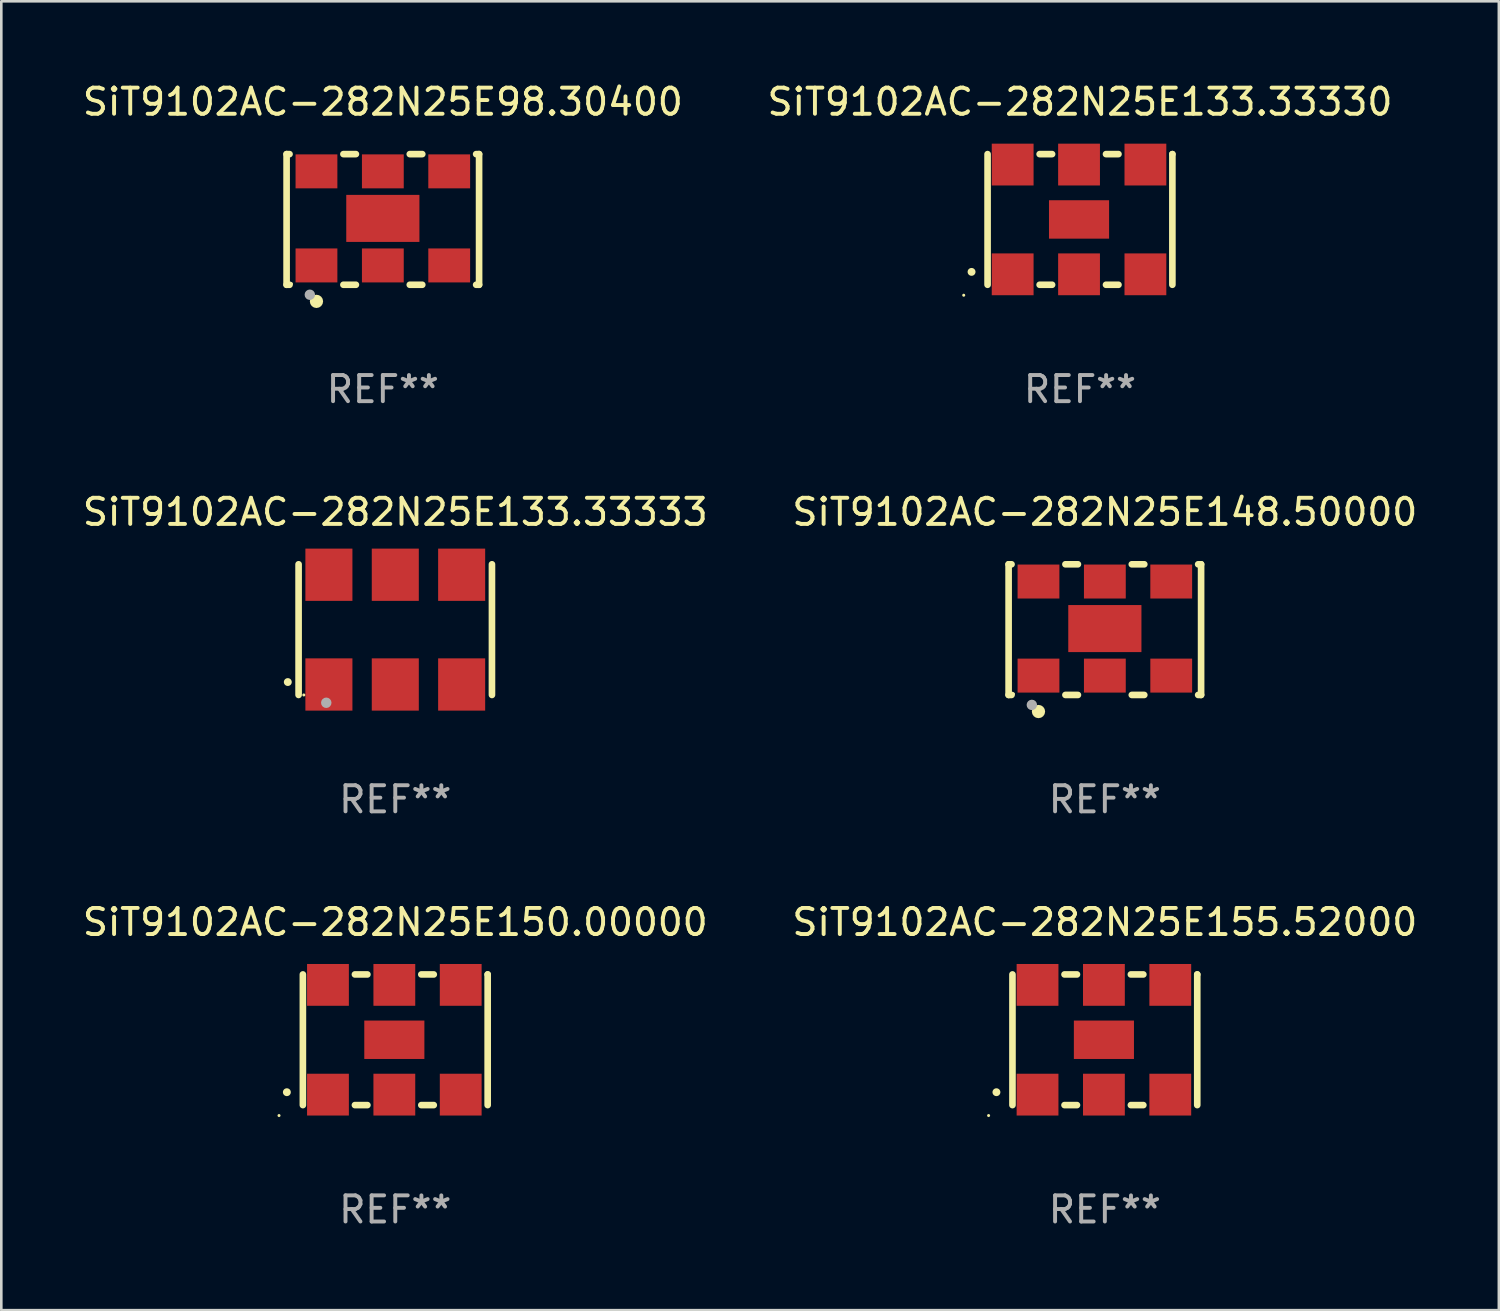
<source format=kicad_pcb>
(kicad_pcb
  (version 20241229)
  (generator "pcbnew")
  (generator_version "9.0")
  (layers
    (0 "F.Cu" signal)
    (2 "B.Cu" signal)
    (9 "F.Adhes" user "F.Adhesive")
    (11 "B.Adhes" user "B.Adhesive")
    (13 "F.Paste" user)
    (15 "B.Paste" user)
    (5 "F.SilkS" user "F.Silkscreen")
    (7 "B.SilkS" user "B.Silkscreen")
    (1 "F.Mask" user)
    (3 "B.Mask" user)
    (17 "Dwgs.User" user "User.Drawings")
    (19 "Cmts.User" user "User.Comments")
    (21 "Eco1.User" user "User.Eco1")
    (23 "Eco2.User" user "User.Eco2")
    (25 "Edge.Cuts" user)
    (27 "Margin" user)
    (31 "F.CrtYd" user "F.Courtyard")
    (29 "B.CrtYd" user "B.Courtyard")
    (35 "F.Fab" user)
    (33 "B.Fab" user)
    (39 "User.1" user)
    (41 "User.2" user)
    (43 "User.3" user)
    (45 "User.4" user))
  (footprint "SiT9102AC-282N25E98.30400"
    (layer "F.Cu")
    (at 11.601 5.348)
    (property "Reference" "SiT9102AC-282N25E98.30400" (at 0 -4.5 0) (layer "F.SilkS") (effects (font (size 1 1) (thickness 0.15))))
    (attr through_hole)
    (fp_line (start -3.683 -2.5) (end -3.571 -2.5) (stroke (width 0.254) (type solid)) (layer "F.SilkS"))
    (fp_line (start -3.683 2.5) (end -3.683 -2.5) (stroke (width 0.254) (type solid)) (layer "F.SilkS"))
    (fp_line (start -3.683 2.5) (end -3.571 2.5) (stroke (width 0.254) (type solid)) (layer "F.SilkS"))
    (fp_line (start -1.509 -2.5) (end -1.031 -2.5) (stroke (width 0.254) (type solid)) (layer "F.SilkS"))
    (fp_line (start -1.509 2.5) (end -1.031 2.5) (stroke (width 0.254) (type solid)) (layer "F.SilkS"))
    (fp_line (start 1.031 -2.5) (end 1.509 -2.5) (stroke (width 0.254) (type solid)) (layer "F.SilkS"))
    (fp_line (start 1.031 2.5) (end 1.509 2.5) (stroke (width 0.254) (type solid)) (layer "F.SilkS"))
    (fp_line (start 3.571 -2.5) (end 3.683 -2.5) (stroke (width 0.254) (type solid)) (layer "F.SilkS"))
    (fp_line (start 3.571 2.5) (end 3.683 2.5) (stroke (width 0.254) (type solid)) (layer "F.SilkS"))
    (fp_line (start 3.683 2.5) (end 3.683 -2.5) (stroke (width 0.254) (type solid)) (layer "F.SilkS"))
    (fp_circle (center -3.5 2.46) (end -3.47 2.46) (stroke (width 0.06) (type solid)) (fill no) (layer "F.SilkS"))
    (fp_circle (center -2.54 3.135) (end -2.413 3.135) (stroke (width 0.254) (type solid)) (fill no) (layer "F.SilkS"))
    (fp_circle (center -2.794 2.881) (end -2.694 2.881) (stroke (width 0.2) (type solid)) (fill no) (layer "F.Fab"))
    (fp_text user "REF**" (at 0 6.5 0) (layer "F.Fab") (effects (font (size 1 1) (thickness 0.15))))
    (pad "1" smd rect (at -2.54 1.76) (size 1.6 1.3) (layers "F.Cu" "F.Mask" "F.Paste"))
    (pad "2" smd rect (at 0 1.76) (size 1.6 1.3) (layers "F.Cu" "F.Mask" "F.Paste"))
    (pad "3" smd rect (at 2.54 1.76) (size 1.6 1.3) (layers "F.Cu" "F.Mask" "F.Paste"))
    (pad "4" smd rect (at 2.54 -1.84) (size 1.6 1.3) (layers "F.Cu" "F.Mask" "F.Paste"))
    (pad "5" smd rect (at 0 -1.84) (size 1.6 1.3) (layers "F.Cu" "F.Mask" "F.Paste"))
    (pad "6" smd rect (at -2.54 -1.84) (size 1.6 1.3) (layers "F.Cu" "F.Mask" "F.Paste"))
    (pad "7" smd rect (at 0 -0.04) (size 2.8 1.8) (layers "F.Cu" "F.Mask" "F.Paste")))
  (footprint "SiT9102AC-282N25E148.50000"
    (layer "F.Cu")
    (at 39.232 21.045)
    (property "Reference" "SiT9102AC-282N25E148.50000" (at 0 -4.5 0) (layer "F.SilkS") (effects (font (size 1 1) (thickness 0.15))))
    (attr through_hole)
    (fp_line (start -3.683 -2.5) (end -3.571 -2.5) (stroke (width 0.254) (type solid)) (layer "F.SilkS"))
    (fp_line (start -3.683 2.5) (end -3.683 -2.5) (stroke (width 0.254) (type solid)) (layer "F.SilkS"))
    (fp_line (start -3.683 2.5) (end -3.571 2.5) (stroke (width 0.254) (type solid)) (layer "F.SilkS"))
    (fp_line (start -1.509 -2.5) (end -1.031 -2.5) (stroke (width 0.254) (type solid)) (layer "F.SilkS"))
    (fp_line (start -1.509 2.5) (end -1.031 2.5) (stroke (width 0.254) (type solid)) (layer "F.SilkS"))
    (fp_line (start 1.031 -2.5) (end 1.509 -2.5) (stroke (width 0.254) (type solid)) (layer "F.SilkS"))
    (fp_line (start 1.031 2.5) (end 1.509 2.5) (stroke (width 0.254) (type solid)) (layer "F.SilkS"))
    (fp_line (start 3.571 -2.5) (end 3.683 -2.5) (stroke (width 0.254) (type solid)) (layer "F.SilkS"))
    (fp_line (start 3.571 2.5) (end 3.683 2.5) (stroke (width 0.254) (type solid)) (layer "F.SilkS"))
    (fp_line (start 3.683 2.5) (end 3.683 -2.5) (stroke (width 0.254) (type solid)) (layer "F.SilkS"))
    (fp_circle (center -3.5 2.46) (end -3.47 2.46) (stroke (width 0.06) (type solid)) (fill no) (layer "F.SilkS"))
    (fp_circle (center -2.54 3.135) (end -2.413 3.135) (stroke (width 0.254) (type solid)) (fill no) (layer "F.SilkS"))
    (fp_circle (center -2.794 2.881) (end -2.694 2.881) (stroke (width 0.2) (type solid)) (fill no) (layer "F.Fab"))
    (fp_text user "REF**" (at 0 6.5 0) (layer "F.Fab") (effects (font (size 1 1) (thickness 0.15))))
    (pad "1" smd rect (at -2.54 1.76) (size 1.6 1.3) (layers "F.Cu" "F.Mask" "F.Paste"))
    (pad "2" smd rect (at 0 1.76) (size 1.6 1.3) (layers "F.Cu" "F.Mask" "F.Paste"))
    (pad "3" smd rect (at 2.54 1.76) (size 1.6 1.3) (layers "F.Cu" "F.Mask" "F.Paste"))
    (pad "4" smd rect (at 2.54 -1.84) (size 1.6 1.3) (layers "F.Cu" "F.Mask" "F.Paste"))
    (pad "5" smd rect (at 0 -1.84) (size 1.6 1.3) (layers "F.Cu" "F.Mask" "F.Paste"))
    (pad "6" smd rect (at -2.54 -1.84) (size 1.6 1.3) (layers "F.Cu" "F.Mask" "F.Paste"))
    (pad "7" smd rect (at 0 -0.04) (size 2.8 1.8) (layers "F.Cu" "F.Mask" "F.Paste")))
  (footprint "SiT9102AC-282N25E155.52000"
    (layer "F.Cu")
    (at 39.232 36.741)
    (property "Reference" "SiT9102AC-282N25E155.52000" (at 0 -4.5 0) (layer "F.SilkS") (effects (font (size 1 1) (thickness 0.15))))
    (attr through_hole)
    (fp_line (start -3.536 -2.5) (end -3.536 2.5) (stroke (width 0.254) (type solid)) (layer "F.SilkS"))
    (fp_line (start -1.544 2.5) (end -1.067 2.5) (stroke (width 0.254) (type solid)) (layer "F.SilkS"))
    (fp_line (start -1.067 -2.5) (end -1.544 -2.5) (stroke (width 0.254) (type solid)) (layer "F.SilkS"))
    (fp_line (start 0.996 2.5) (end 1.473 2.5) (stroke (width 0.254) (type solid)) (layer "F.SilkS"))
    (fp_line (start 1.473 -2.5) (end 0.996 -2.5) (stroke (width 0.254) (type solid)) (layer "F.SilkS"))
    (fp_line (start 3.536 -2.5) (end 3.536 -2.5) (stroke (width 0.254) (type solid)) (layer "F.SilkS"))
    (fp_line (start 3.536 2.5) (end 3.536 -2.5) (stroke (width 0.254) (type solid)) (layer "F.SilkS"))
    (fp_arc (start -4.150432 2.006604) (mid -4.149162 2.006599) (end -4.147892 2.006604) (stroke (width 0.3) (type solid)) (layer "F.SilkS"))
    (fp_circle (center -4.449 2.9) (end -4.419 2.9) (stroke (width 0.06) (type solid)) (fill no) (layer "F.SilkS"))
    (fp_text user "REF**" (at 0 6.5 0) (layer "F.Fab") (effects (font (size 1 1) (thickness 0.15))))
    (pad "1" smd rect (at -2.576 2.1) (size 1.6 1.6) (layers "F.Cu" "F.Mask" "F.Paste"))
    (pad "2" smd rect (at -0.036 2.1) (size 1.6 1.6) (layers "F.Cu" "F.Mask" "F.Paste"))
    (pad "3" smd rect (at 2.504 2.1) (size 1.6 1.6) (layers "F.Cu" "F.Mask" "F.Paste"))
    (pad "4" smd rect (at 2.504 -2.1) (size 1.6 1.6) (layers "F.Cu" "F.Mask" "F.Paste"))
    (pad "5" smd rect (at -0.036 -2.1) (size 1.6 1.6) (layers "F.Cu" "F.Mask" "F.Paste"))
    (pad "6" smd rect (at -2.576 -2.1) (size 1.6 1.6) (layers "F.Cu" "F.Mask" "F.Paste"))
    (pad "7" smd rect (at -0.036 0) (size 2.3 1.47) (layers "F.Cu" "F.Mask" "F.Paste")))
  (footprint "SiT9102AC-282N25E133.33330"
    (layer "F.Cu")
    (at 38.28 5.348)
    (property "Reference" "SiT9102AC-282N25E133.33330" (at 0 -4.5 0) (layer "F.SilkS") (effects (font (size 1 1) (thickness 0.15))))
    (attr through_hole)
    (fp_line (start -3.536 -2.5) (end -3.536 2.5) (stroke (width 0.254) (type solid)) (layer "F.SilkS"))
    (fp_line (start -1.544 2.5) (end -1.067 2.5) (stroke (width 0.254) (type solid)) (layer "F.SilkS"))
    (fp_line (start -1.067 -2.5) (end -1.544 -2.5) (stroke (width 0.254) (type solid)) (layer "F.SilkS"))
    (fp_line (start 0.996 2.5) (end 1.473 2.5) (stroke (width 0.254) (type solid)) (layer "F.SilkS"))
    (fp_line (start 1.473 -2.5) (end 0.996 -2.5) (stroke (width 0.254) (type solid)) (layer "F.SilkS"))
    (fp_line (start 3.536 -2.5) (end 3.536 -2.5) (stroke (width 0.254) (type solid)) (layer "F.SilkS"))
    (fp_line (start 3.536 2.5) (end 3.536 -2.5) (stroke (width 0.254) (type solid)) (layer "F.SilkS"))
    (fp_arc (start -4.150432 2.006604) (mid -4.149162 2.006599) (end -4.147892 2.006604) (stroke (width 0.3) (type solid)) (layer "F.SilkS"))
    (fp_circle (center -4.449 2.9) (end -4.419 2.9) (stroke (width 0.06) (type solid)) (fill no) (layer "F.SilkS"))
    (fp_text user "REF**" (at 0 6.5 0) (layer "F.Fab") (effects (font (size 1 1) (thickness 0.15))))
    (pad "1" smd rect (at -2.576 2.1) (size 1.6 1.6) (layers "F.Cu" "F.Mask" "F.Paste"))
    (pad "2" smd rect (at -0.036 2.1) (size 1.6 1.6) (layers "F.Cu" "F.Mask" "F.Paste"))
    (pad "3" smd rect (at 2.504 2.1) (size 1.6 1.6) (layers "F.Cu" "F.Mask" "F.Paste"))
    (pad "4" smd rect (at 2.504 -2.1) (size 1.6 1.6) (layers "F.Cu" "F.Mask" "F.Paste"))
    (pad "5" smd rect (at -0.036 -2.1) (size 1.6 1.6) (layers "F.Cu" "F.Mask" "F.Paste"))
    (pad "6" smd rect (at -2.576 -2.1) (size 1.6 1.6) (layers "F.Cu" "F.Mask" "F.Paste"))
    (pad "7" smd rect (at -0.036 0) (size 2.3 1.47) (layers "F.Cu" "F.Mask" "F.Paste")))
  (footprint "SiT9102AC-282N25E133.33333"
    (layer "F.Cu")
    (at 12.077 21.045)
    (property "Reference" "SiT9102AC-282N25E133.33333" (at 0 -4.5 0) (layer "F.SilkS") (effects (font (size 1 1) (thickness 0.15))))
    (attr through_hole)
    (fp_line (start -3.7 -2.5) (end -3.7 2.5) (stroke (width 0.254) (type solid)) (layer "F.SilkS"))
    (fp_line (start 3.7 -2.5) (end 3.7 2.5) (stroke (width 0.254) (type solid)) (layer "F.SilkS"))
    (fp_arc (start -4.114415 2.006604) (mid -4.113145 2.006599) (end -4.111875 2.006604) (stroke (width 0.3) (type solid)) (layer "F.SilkS"))
    (fp_circle (center -3.5 2.501) (end -3.47 2.501) (stroke (width 0.06) (type solid)) (fill no) (layer "F.SilkS"))
    (fp_circle (center -2.641 2.799) (end -2.541 2.799) (stroke (width 0.2) (type solid)) (fill no) (layer "F.Fab"))
    (fp_text user "REF**" (at 0 6.5 0) (layer "F.Fab") (effects (font (size 1 1) (thickness 0.15))))
    (pad "1" smd rect (at -2.54 2.1) (size 1.8 2) (layers "F.Cu" "F.Mask" "F.Paste"))
    (pad "2" smd rect (at 0.000394 2.1) (size 1.8 2) (layers "F.Cu" "F.Mask" "F.Paste"))
    (pad "3" smd rect (at 2.54 2.1) (size 1.8 2) (layers "F.Cu" "F.Mask" "F.Paste"))
    (pad "4" smd rect (at 2.54 -2.1) (size 1.8 2) (layers "F.Cu" "F.Mask" "F.Paste"))
    (pad "5" smd rect (at 0.000394 -2.1) (size 1.8 2) (layers "F.Cu" "F.Mask" "F.Paste"))
    (pad "6" smd rect (at -2.54 -2.1) (size 1.8 2) (layers "F.Cu" "F.Mask" "F.Paste")))
  (footprint "SiT9102AC-282N25E150.00000"
    (layer "F.Cu")
    (at 12.077 36.741)
    (property "Reference" "SiT9102AC-282N25E150.00000" (at 0 -4.5 0) (layer "F.SilkS") (effects (font (size 1 1) (thickness 0.15))))
    (attr through_hole)
    (fp_line (start -3.536 -2.5) (end -3.536 2.5) (stroke (width 0.254) (type solid)) (layer "F.SilkS"))
    (fp_line (start -1.544 2.5) (end -1.067 2.5) (stroke (width 0.254) (type solid)) (layer "F.SilkS"))
    (fp_line (start -1.067 -2.5) (end -1.544 -2.5) (stroke (width 0.254) (type solid)) (layer "F.SilkS"))
    (fp_line (start 0.996 2.5) (end 1.473 2.5) (stroke (width 0.254) (type solid)) (layer "F.SilkS"))
    (fp_line (start 1.473 -2.5) (end 0.996 -2.5) (stroke (width 0.254) (type solid)) (layer "F.SilkS"))
    (fp_line (start 3.536 -2.5) (end 3.536 -2.5) (stroke (width 0.254) (type solid)) (layer "F.SilkS"))
    (fp_line (start 3.536 2.5) (end 3.536 -2.5) (stroke (width 0.254) (type solid)) (layer "F.SilkS"))
    (fp_arc (start -4.150432 2.006604) (mid -4.149162 2.006599) (end -4.147892 2.006604) (stroke (width 0.3) (type solid)) (layer "F.SilkS"))
    (fp_circle (center -4.449 2.9) (end -4.419 2.9) (stroke (width 0.06) (type solid)) (fill no) (layer "F.SilkS"))
    (fp_text user "REF**" (at 0 6.5 0) (layer "F.Fab") (effects (font (size 1 1) (thickness 0.15))))
    (pad "1" smd rect (at -2.576 2.1) (size 1.6 1.6) (layers "F.Cu" "F.Mask" "F.Paste"))
    (pad "2" smd rect (at -0.036 2.1) (size 1.6 1.6) (layers "F.Cu" "F.Mask" "F.Paste"))
    (pad "3" smd rect (at 2.504 2.1) (size 1.6 1.6) (layers "F.Cu" "F.Mask" "F.Paste"))
    (pad "4" smd rect (at 2.504 -2.1) (size 1.6 1.6) (layers "F.Cu" "F.Mask" "F.Paste"))
    (pad "5" smd rect (at -0.036 -2.1) (size 1.6 1.6) (layers "F.Cu" "F.Mask" "F.Paste"))
    (pad "6" smd rect (at -2.576 -2.1) (size 1.6 1.6) (layers "F.Cu" "F.Mask" "F.Paste"))
    (pad "7" smd rect (at -0.036 0) (size 2.3 1.47) (layers "F.Cu" "F.Mask" "F.Paste")))
  (gr_rect
    (start -3 -3)
    (end 54.31 47.09)
    (stroke (width 0.1) (type default))
    (fill no)
    (layer "Edge.Cuts")))
</source>
